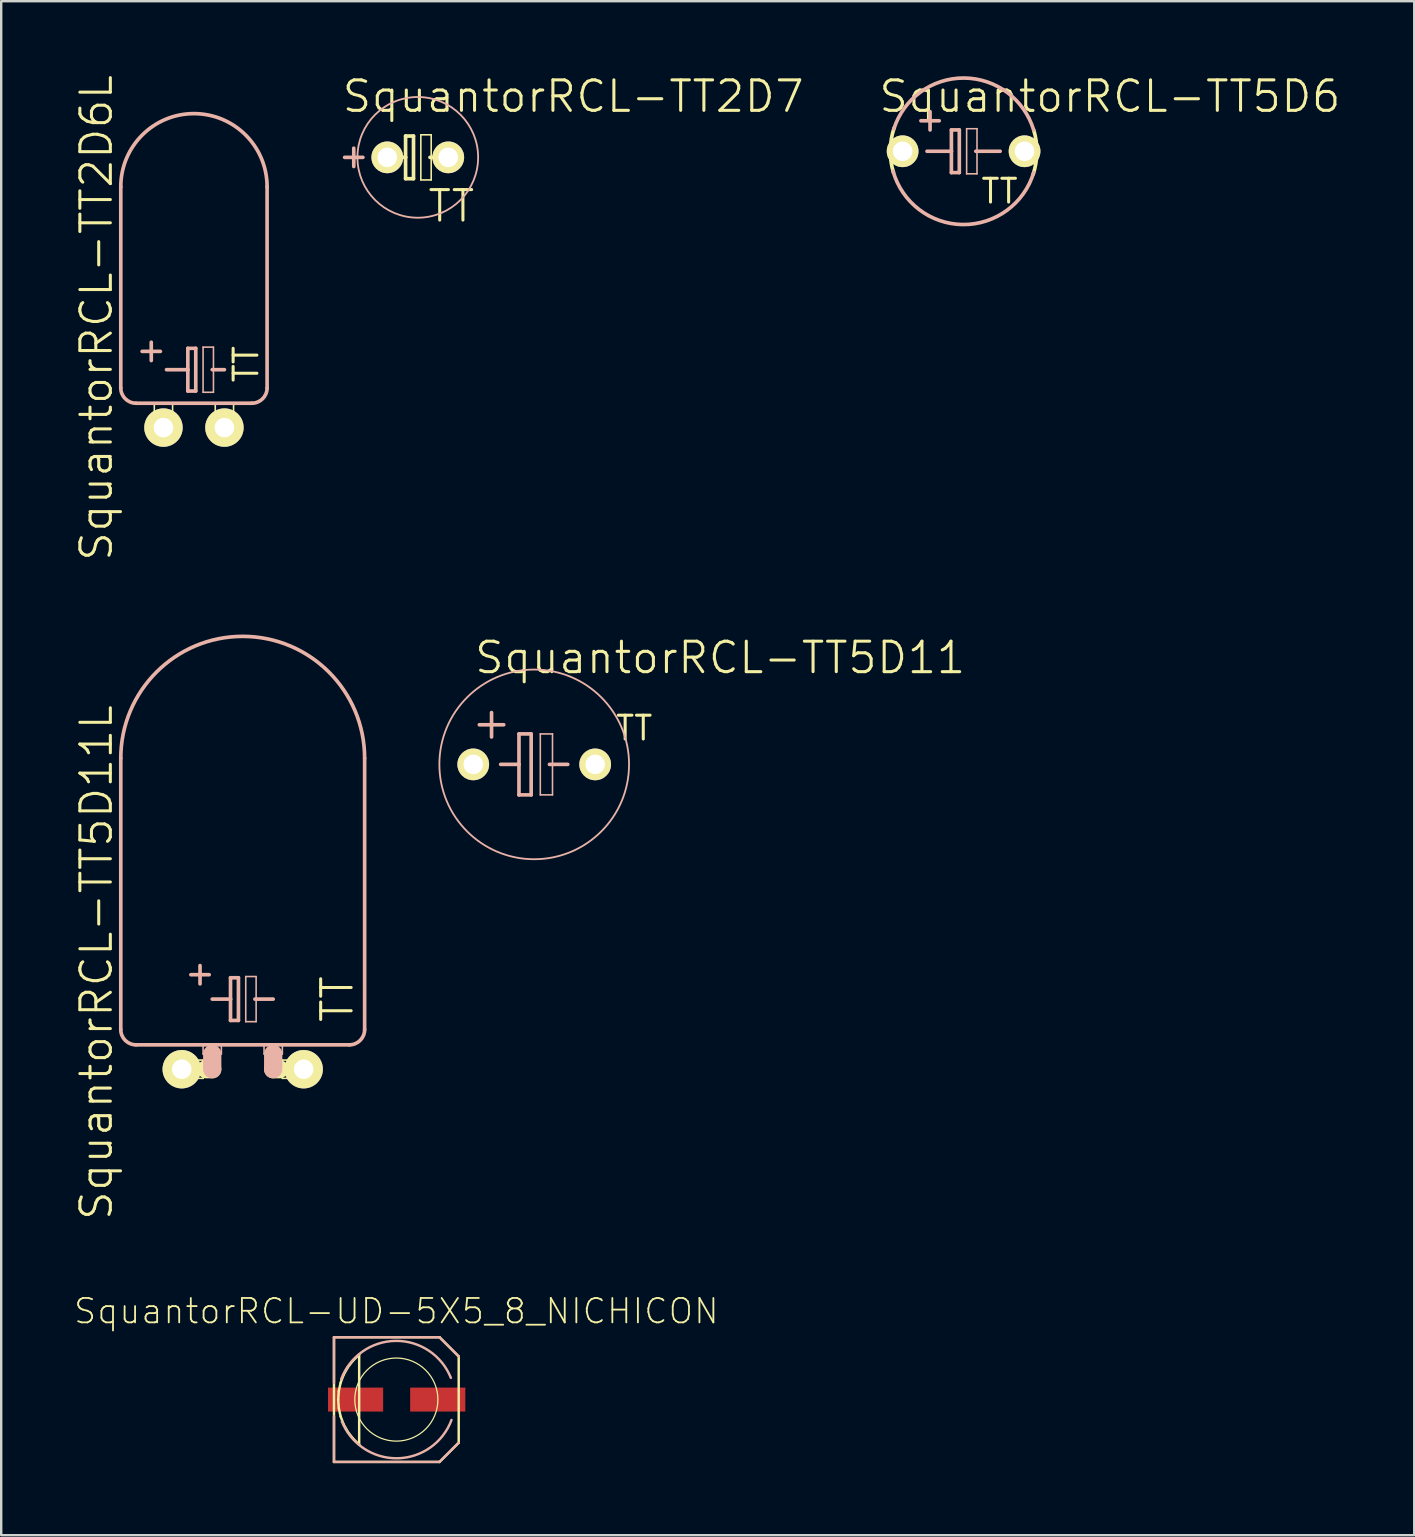
<source format=kicad_pcb>
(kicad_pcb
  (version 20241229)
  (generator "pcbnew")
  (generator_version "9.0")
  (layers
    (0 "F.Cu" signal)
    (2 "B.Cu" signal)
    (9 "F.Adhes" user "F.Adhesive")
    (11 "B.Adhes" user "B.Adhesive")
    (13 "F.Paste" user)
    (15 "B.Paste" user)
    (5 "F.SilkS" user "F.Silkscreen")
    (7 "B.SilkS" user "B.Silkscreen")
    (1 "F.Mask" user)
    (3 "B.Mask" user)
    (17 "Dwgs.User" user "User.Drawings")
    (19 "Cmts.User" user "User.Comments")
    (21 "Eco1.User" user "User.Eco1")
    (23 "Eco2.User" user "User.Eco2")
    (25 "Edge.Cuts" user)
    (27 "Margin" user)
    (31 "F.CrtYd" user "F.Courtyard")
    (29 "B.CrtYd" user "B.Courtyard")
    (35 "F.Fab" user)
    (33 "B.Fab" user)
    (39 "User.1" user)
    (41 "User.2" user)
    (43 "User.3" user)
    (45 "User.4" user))
  (footprint "SquantorRCL-TT2D7"
    (layer "F.Cu")
    (at 14.356 3.506)
    (property "Reference" "SquantorRCL-TT2D7" (at 6.477 -2.54 0) (layer "F.SilkS") (effects (font (size 1.27 1.27) (thickness 0.127))))
    (attr exclude_from_pos_files exclude_from_bom)
    (fp_line (start -1.016 0) (end -0.508 0) (stroke (width 0.152) (type solid)) (layer "F.SilkS"))
    (fp_line (start -0.508 -0.889) (end -0.508 0) (stroke (width 0.152) (type solid)) (layer "F.SilkS"))
    (fp_line (start -0.508 0) (end -0.508 0.889) (stroke (width 0.152) (type solid)) (layer "F.SilkS"))
    (fp_line (start -0.508 0.889) (end -0.178 0.889) (stroke (width 0.152) (type solid)) (layer "F.SilkS"))
    (fp_line (start -0.178 -0.889) (end -0.508 -0.889) (stroke (width 0.152) (type solid)) (layer "F.SilkS"))
    (fp_line (start -0.178 0.889) (end -0.178 -0.889) (stroke (width 0.152) (type solid)) (layer "F.SilkS"))
    (fp_line (start 0.127 -0.94) (end 0.559 -0.94) (stroke (width 0.066) (type solid)) (layer "F.SilkS"))
    (fp_line (start 0.127 0.94) (end 0.127 -0.94) (stroke (width 0.066) (type solid)) (layer "F.SilkS"))
    (fp_line (start 0.127 0.94) (end 0.559 0.94) (stroke (width 0.066) (type solid)) (layer "F.SilkS"))
    (fp_line (start 0.508 0) (end 1.016 0) (stroke (width 0.152) (type solid)) (layer "F.SilkS"))
    (fp_line (start 0.559 0.94) (end 0.559 -0.94) (stroke (width 0.066) (type solid)) (layer "F.SilkS"))
    (fp_line (start -2.667 0.381) (end -2.667 -0.381) (stroke (width 0.152) (type solid)) (layer "B.SilkS"))
    (fp_line (start -2.286 0) (end -3.048 0) (stroke (width 0.152) (type solid)) (layer "B.SilkS"))
    (fp_circle (center 0 0) (end -1.778 1.778) (stroke (width 0.076) (type solid)) (fill no) (layer "B.SilkS"))
    (fp_text user "TT" (at 1.397 2.032 0) (layer "F.SilkS") (effects (font (size 1.27 1.27) (thickness 0.127))))
    (pad "+" thru_hole circle (at -1.27 0) (size 1.321 1.321) (drill 0.813) (layers "*.Cu" "F.Mask" "F.SilkS" "F.Paste"))
    (pad "-" thru_hole circle (at 1.27 0) (size 1.321 1.321) (drill 0.813) (layers "*.Cu" "F.Mask" "F.SilkS" "F.Paste")))
  (footprint "SquantorRCL-TT5D6"
    (layer "F.Cu")
    (at 37.096 3.252)
    (property "Reference" "SquantorRCL-TT5D6" (at 6.096 -2.286 0) (layer "F.SilkS") (effects (font (size 1.27 1.27) (thickness 0.127))))
    (attr exclude_from_pos_files exclude_from_bom)
    (fp_arc (start -2.921 0.889) (mid -3.053044 -0.0385) (end -2.897653 -0.962376) (stroke (width 0.1524) (type solid)) (layer "F.SilkS"))
    (fp_arc (start 2.921 -0.889) (mid 3.053044 0.0385) (end 2.897653 0.962376) (stroke (width 0.1524) (type solid)) (layer "F.SilkS"))
    (fp_line (start -1.778 -1.27) (end -1.016 -1.27) (stroke (width 0.152) (type solid)) (layer "B.SilkS"))
    (fp_line (start -1.524 0) (end -0.508 0) (stroke (width 0.152) (type solid)) (layer "B.SilkS"))
    (fp_line (start -1.397 -1.651) (end -1.397 -0.889) (stroke (width 0.152) (type solid)) (layer "B.SilkS"))
    (fp_line (start -0.508 -0.889) (end -0.508 0) (stroke (width 0.152) (type solid)) (layer "B.SilkS"))
    (fp_line (start -0.508 0) (end -0.508 0.889) (stroke (width 0.152) (type solid)) (layer "B.SilkS"))
    (fp_line (start -0.508 0.889) (end -0.178 0.889) (stroke (width 0.152) (type solid)) (layer "B.SilkS"))
    (fp_line (start -0.178 -0.889) (end -0.508 -0.889) (stroke (width 0.152) (type solid)) (layer "B.SilkS"))
    (fp_line (start -0.178 0.889) (end -0.178 -0.889) (stroke (width 0.152) (type solid)) (layer "B.SilkS"))
    (fp_line (start 0.127 -0.94) (end 0.559 -0.94) (stroke (width 0.066) (type solid)) (layer "B.SilkS"))
    (fp_line (start 0.127 0.94) (end 0.127 -0.94) (stroke (width 0.066) (type solid)) (layer "B.SilkS"))
    (fp_line (start 0.127 0.94) (end 0.559 0.94) (stroke (width 0.066) (type solid)) (layer "B.SilkS"))
    (fp_line (start 0.508 0) (end 1.524 0) (stroke (width 0.152) (type solid)) (layer "B.SilkS"))
    (fp_line (start 0.559 0.94) (end 0.559 -0.94) (stroke (width 0.066) (type solid)) (layer "B.SilkS"))
    (fp_arc (start -2.90576 -0.92964) (mid 0.020821 -3.050777) (end 2.918178 -0.889892) (stroke (width 0.1524) (type solid)) (layer "B.SilkS"))
    (fp_arc (start 2.921 0.889) (mid -0.03344 3.053104) (end -2.939771 0.824809) (stroke (width 0.1524) (type solid)) (layer "B.SilkS"))
    (fp_text user "TT" (at 1.499 1.664 0) (layer "F.SilkS") (effects (font (size 0.991 0.991) (thickness 0.127))))
    (pad "+" thru_hole circle (at -2.54 0) (size 1.321 1.321) (drill 0.813) (layers "*.Cu" "F.Mask" "F.SilkS" "F.Paste"))
    (pad "-" thru_hole circle (at 2.54 0) (size 1.321 1.321) (drill 0.813) (layers "*.Cu" "F.Mask" "F.SilkS" "F.Paste")))
  (footprint "SquantorRCL-TT2D6L"
    (layer "F.Cu")
    (at 5.03 14.765)
    (property "Reference" "SquantorRCL-TT2D6L" (at -4.064 -4.572 90) (layer "F.SilkS") (effects (font (size 1.27 1.27) (thickness 0.127))))
    (attr exclude_from_pos_files exclude_from_bom)
    (fp_line (start -1.651 -1.016) (end -0.889 -1.016) (stroke (width 0.066) (type solid)) (layer "F.SilkS"))
    (fp_line (start -1.651 -0.635) (end -1.651 -1.016) (stroke (width 0.066) (type solid)) (layer "F.SilkS"))
    (fp_line (start -1.651 -0.635) (end -0.889 -0.635) (stroke (width 0.066) (type solid)) (layer "F.SilkS"))
    (fp_line (start -1.651 -0.635) (end -0.889 -0.635) (stroke (width 0.066) (type solid)) (layer "F.SilkS"))
    (fp_line (start -1.651 0.127) (end -1.651 -0.635) (stroke (width 0.066) (type solid)) (layer "F.SilkS"))
    (fp_line (start -1.651 0.127) (end -0.889 0.127) (stroke (width 0.066) (type solid)) (layer "F.SilkS"))
    (fp_line (start -0.889 -0.635) (end -0.889 -1.016) (stroke (width 0.066) (type solid)) (layer "F.SilkS"))
    (fp_line (start -0.889 0.127) (end -0.889 -0.635) (stroke (width 0.066) (type solid)) (layer "F.SilkS"))
    (fp_line (start 0.889 -1.016) (end 1.651 -1.016) (stroke (width 0.066) (type solid)) (layer "F.SilkS"))
    (fp_line (start 0.889 -0.635) (end 0.889 -1.016) (stroke (width 0.066) (type solid)) (layer "F.SilkS"))
    (fp_line (start 0.889 -0.635) (end 1.651 -0.635) (stroke (width 0.066) (type solid)) (layer "F.SilkS"))
    (fp_line (start 0.889 -0.635) (end 1.651 -0.635) (stroke (width 0.066) (type solid)) (layer "F.SilkS"))
    (fp_line (start 0.889 0.127) (end 0.889 -0.635) (stroke (width 0.066) (type solid)) (layer "F.SilkS"))
    (fp_line (start 0.889 0.127) (end 1.651 0.127) (stroke (width 0.066) (type solid)) (layer "F.SilkS"))
    (fp_line (start 1.651 -0.635) (end 1.651 -1.016) (stroke (width 0.066) (type solid)) (layer "F.SilkS"))
    (fp_line (start 1.651 0.127) (end 1.651 -0.635) (stroke (width 0.066) (type solid)) (layer "F.SilkS"))
    (fp_line (start -3.048 -10.033) (end -3.048 -1.651) (stroke (width 0.152) (type solid)) (layer "B.SilkS"))
    (fp_line (start -2.413 -1.016) (end 2.413 -1.016) (stroke (width 0.152) (type solid)) (layer "B.SilkS"))
    (fp_line (start -2.159 -3.175) (end -1.397 -3.175) (stroke (width 0.152) (type solid)) (layer "B.SilkS"))
    (fp_line (start -1.778 -2.794) (end -1.778 -3.556) (stroke (width 0.152) (type solid)) (layer "B.SilkS"))
    (fp_line (start -1.143 -2.413) (end -0.254 -2.413) (stroke (width 0.152) (type solid)) (layer "B.SilkS"))
    (fp_line (start -0.254 -3.302) (end -0.254 -2.413) (stroke (width 0.152) (type solid)) (layer "B.SilkS"))
    (fp_line (start -0.254 -2.413) (end -0.254 -1.524) (stroke (width 0.152) (type solid)) (layer "B.SilkS"))
    (fp_line (start -0.254 -1.524) (end 0.076 -1.524) (stroke (width 0.152) (type solid)) (layer "B.SilkS"))
    (fp_line (start 0.076 -3.302) (end -0.254 -3.302) (stroke (width 0.152) (type solid)) (layer "B.SilkS"))
    (fp_line (start 0.076 -1.524) (end 0.076 -3.302) (stroke (width 0.152) (type solid)) (layer "B.SilkS"))
    (fp_line (start 0.381 -3.353) (end 0.813 -3.353) (stroke (width 0.066) (type solid)) (layer "B.SilkS"))
    (fp_line (start 0.381 -1.473) (end 0.381 -3.353) (stroke (width 0.066) (type solid)) (layer "B.SilkS"))
    (fp_line (start 0.381 -1.473) (end 0.813 -1.473) (stroke (width 0.066) (type solid)) (layer "B.SilkS"))
    (fp_line (start 0.762 -2.413) (end 1.27 -2.413) (stroke (width 0.152) (type solid)) (layer "B.SilkS"))
    (fp_line (start 0.813 -1.473) (end 0.813 -3.353) (stroke (width 0.066) (type solid)) (layer "B.SilkS"))
    (fp_line (start 3.048 -10.033) (end 3.048 -1.651) (stroke (width 0.152) (type solid)) (layer "B.SilkS"))
    (fp_arc (start -3.048 -10.033) (mid 0 -13.081) (end 3.048 -10.033) (stroke (width 0.1524) (type solid)) (layer "B.SilkS"))
    (fp_arc (start -2.413 -1.016) (mid -2.862013 -1.201987) (end -3.048 -1.651) (stroke (width 0.1524) (type solid)) (layer "B.SilkS"))
    (fp_arc (start 3.048 -1.651) (mid 2.862013 -1.201987) (end 2.413 -1.016) (stroke (width 0.1524) (type solid)) (layer "B.SilkS"))
    (fp_text user "TT" (at 2.172 -2.642 90) (layer "F.SilkS") (effects (font (size 0.991 0.991) (thickness 0.127))))
    (pad "+" thru_hole circle (at -1.27 0) (size 1.6 1.6) (drill 0.813) (layers "*.Cu" "F.Mask" "F.SilkS" "F.Paste"))
    (pad "-" thru_hole circle (at 1.27 0) (size 1.6 1.6) (drill 0.813) (layers "*.Cu" "F.Mask" "F.SilkS" "F.Paste")))
  (footprint "SquantorRCL-TT5D11L"
    (layer "F.Cu")
    (at 7.062 41.497)
    (property "Reference" "SquantorRCL-TT5D11L" (at -6.096 -4.445 90) (layer "F.SilkS") (effects (font (size 1.27 1.27) (thickness 0.127))))
    (attr exclude_from_pos_files exclude_from_bom)
    (fp_line (start -2.54 -0.381) (end -1.651 -0.381) (stroke (width 0.066) (type solid)) (layer "F.SilkS"))
    (fp_line (start -2.54 0.381) (end -2.54 -0.381) (stroke (width 0.066) (type solid)) (layer "F.SilkS"))
    (fp_line (start -2.54 0.381) (end -1.651 0.381) (stroke (width 0.066) (type solid)) (layer "F.SilkS"))
    (fp_line (start -1.651 0.381) (end -1.651 -0.381) (stroke (width 0.066) (type solid)) (layer "F.SilkS"))
    (fp_line (start -1.524 0) (end -1.27 0) (stroke (width 0.762) (type solid)) (layer "F.SilkS"))
    (fp_line (start 1.524 0) (end 1.27 0) (stroke (width 0.762) (type solid)) (layer "F.SilkS"))
    (fp_line (start 1.651 -0.381) (end 2.54 -0.381) (stroke (width 0.066) (type solid)) (layer "F.SilkS"))
    (fp_line (start 1.651 0.381) (end 1.651 -0.381) (stroke (width 0.066) (type solid)) (layer "F.SilkS"))
    (fp_line (start 1.651 0.381) (end 2.54 0.381) (stroke (width 0.066) (type solid)) (layer "F.SilkS"))
    (fp_line (start 2.54 0.381) (end 2.54 -0.381) (stroke (width 0.066) (type solid)) (layer "F.SilkS"))
    (fp_line (start -5.08 -12.954) (end -5.08 -1.651) (stroke (width 0.152) (type solid)) (layer "B.SilkS"))
    (fp_line (start -4.445 -1.016) (end 4.445 -1.016) (stroke (width 0.152) (type solid)) (layer "B.SilkS"))
    (fp_line (start -2.159 -3.937) (end -1.397 -3.937) (stroke (width 0.152) (type solid)) (layer "B.SilkS"))
    (fp_line (start -1.778 -4.318) (end -1.778 -3.556) (stroke (width 0.152) (type solid)) (layer "B.SilkS"))
    (fp_line (start -1.651 -1.016) (end -0.889 -1.016) (stroke (width 0.066) (type solid)) (layer "B.SilkS"))
    (fp_line (start -1.651 -0.635) (end -1.651 -1.016) (stroke (width 0.066) (type solid)) (layer "B.SilkS"))
    (fp_line (start -1.651 -0.635) (end -0.889 -0.635) (stroke (width 0.066) (type solid)) (layer "B.SilkS"))
    (fp_line (start -1.27 -2.921) (end -0.508 -2.921) (stroke (width 0.152) (type solid)) (layer "B.SilkS"))
    (fp_line (start -1.27 -0.635) (end -1.27 0) (stroke (width 0.762) (type solid)) (layer "B.SilkS"))
    (fp_line (start -0.889 -0.635) (end -0.889 -1.016) (stroke (width 0.066) (type solid)) (layer "B.SilkS"))
    (fp_line (start -0.508 -3.81) (end -0.508 -2.921) (stroke (width 0.152) (type solid)) (layer "B.SilkS"))
    (fp_line (start -0.508 -2.921) (end -0.508 -2.032) (stroke (width 0.152) (type solid)) (layer "B.SilkS"))
    (fp_line (start -0.508 -2.032) (end -0.178 -2.032) (stroke (width 0.152) (type solid)) (layer "B.SilkS"))
    (fp_line (start -0.178 -3.81) (end -0.508 -3.81) (stroke (width 0.152) (type solid)) (layer "B.SilkS"))
    (fp_line (start -0.178 -2.032) (end -0.178 -3.81) (stroke (width 0.152) (type solid)) (layer "B.SilkS"))
    (fp_line (start 0.127 -3.861) (end 0.559 -3.861) (stroke (width 0.066) (type solid)) (layer "B.SilkS"))
    (fp_line (start 0.127 -1.981) (end 0.127 -3.861) (stroke (width 0.066) (type solid)) (layer "B.SilkS"))
    (fp_line (start 0.127 -1.981) (end 0.559 -1.981) (stroke (width 0.066) (type solid)) (layer "B.SilkS"))
    (fp_line (start 0.508 -2.921) (end 1.27 -2.921) (stroke (width 0.152) (type solid)) (layer "B.SilkS"))
    (fp_line (start 0.559 -1.981) (end 0.559 -3.861) (stroke (width 0.066) (type solid)) (layer "B.SilkS"))
    (fp_line (start 0.889 -1.016) (end 1.651 -1.016) (stroke (width 0.066) (type solid)) (layer "B.SilkS"))
    (fp_line (start 0.889 -0.635) (end 0.889 -1.016) (stroke (width 0.066) (type solid)) (layer "B.SilkS"))
    (fp_line (start 0.889 -0.635) (end 1.651 -0.635) (stroke (width 0.066) (type solid)) (layer "B.SilkS"))
    (fp_line (start 1.27 -0.635) (end 1.27 0) (stroke (width 0.762) (type solid)) (layer "B.SilkS"))
    (fp_line (start 1.651 -0.635) (end 1.651 -1.016) (stroke (width 0.066) (type solid)) (layer "B.SilkS"))
    (fp_line (start 5.08 -12.954) (end 5.08 -1.651) (stroke (width 0.152) (type solid)) (layer "B.SilkS"))
    (fp_arc (start -5.08 -12.954) (mid 0 -18.034) (end 5.08 -12.954) (stroke (width 0.1524) (type solid)) (layer "B.SilkS"))
    (fp_arc (start -4.445 -1.016) (mid -4.894013 -1.201987) (end -5.08 -1.651) (stroke (width 0.1524) (type solid)) (layer "B.SilkS"))
    (fp_arc (start 5.08 -1.651) (mid 4.894013 -1.201987) (end 4.445 -1.016) (stroke (width 0.1524) (type solid)) (layer "B.SilkS"))
    (fp_text user "TT" (at 3.937 -2.921 90) (layer "F.SilkS") (effects (font (size 1.27 1.27) (thickness 0.127))))
    (pad "+" thru_hole circle (at -2.54 0) (size 1.6 1.6) (drill 0.813) (layers "*.Cu" "F.Mask" "F.SilkS" "F.Paste"))
    (pad "-" thru_hole circle (at 2.54 0) (size 1.6 1.6) (drill 0.813) (layers "*.Cu" "F.Mask" "F.SilkS" "F.Paste")))
  (footprint "SquantorRCL-UD-5X5_8_NICHICON"
    (layer "F.Cu")
    (at 13.463 55.261)
    (property "Reference" "SquantorRCL-UD-5X5_8_NICHICON" (at 0 -3.683 0) (layer "F.SilkS") (effects (font (size 1.016 1.016) (thickness 0.076))))
    (attr smd)
    (fp_line (start -2.598 -2.598) (end 1.798 -2.598) (stroke (width 0.102) (type solid)) (layer "F.SilkS"))
    (fp_line (start -2.598 2.598) (end -2.598 -2.598) (stroke (width 0.102) (type solid)) (layer "F.SilkS"))
    (fp_line (start -2.423 0) (end -2.398 0.353) (stroke (width 0.102) (type solid)) (layer "F.SilkS"))
    (fp_line (start -2.398 -0.353) (end -2.423 0) (stroke (width 0.102) (type solid)) (layer "F.SilkS"))
    (fp_line (start -2.398 0.353) (end -2.322 0.701) (stroke (width 0.102) (type solid)) (layer "F.SilkS"))
    (fp_line (start -2.322 -0.701) (end -2.398 -0.353) (stroke (width 0.102) (type solid)) (layer "F.SilkS"))
    (fp_line (start -2.322 0.701) (end -2.195 1.034) (stroke (width 0.102) (type solid)) (layer "F.SilkS"))
    (fp_line (start -2.195 -1.034) (end -2.322 -0.701) (stroke (width 0.102) (type solid)) (layer "F.SilkS"))
    (fp_line (start -2.195 1.034) (end -2.022 1.344) (stroke (width 0.102) (type solid)) (layer "F.SilkS"))
    (fp_line (start -2.022 -1.344) (end -2.195 -1.034) (stroke (width 0.102) (type solid)) (layer "F.SilkS"))
    (fp_line (start -2.022 1.344) (end -1.803 1.626) (stroke (width 0.102) (type solid)) (layer "F.SilkS"))
    (fp_line (start -1.803 -1.626) (end -2.022 -1.344) (stroke (width 0.102) (type solid)) (layer "F.SilkS"))
    (fp_line (start -1.803 1.626) (end -1.549 1.875) (stroke (width 0.102) (type solid)) (layer "F.SilkS"))
    (fp_line (start -1.549 -1.875) (end -1.803 -1.626) (stroke (width 0.102) (type solid)) (layer "F.SilkS"))
    (fp_line (start -1.549 1.875) (end -1.549 -1.875) (stroke (width 0.102) (type solid)) (layer "F.SilkS"))
    (fp_line (start 1.798 -2.598) (end 2.598 -1.798) (stroke (width 0.102) (type solid)) (layer "F.SilkS"))
    (fp_line (start 1.798 2.598) (end -2.598 2.598) (stroke (width 0.102) (type solid)) (layer "F.SilkS"))
    (fp_line (start 2.598 -1.798) (end 2.598 1.798) (stroke (width 0.102) (type solid)) (layer "F.SilkS"))
    (fp_line (start 2.598 1.798) (end 1.798 2.598) (stroke (width 0.102) (type solid)) (layer "F.SilkS"))
    (fp_circle (center 0 0) (end -1.224 1.224) (stroke (width 0.051) (type solid)) (fill no) (layer "F.SilkS"))
    (fp_line (start -2.598 -2.598) (end 1.798 -2.598) (stroke (width 0.102) (type solid)) (layer "B.SilkS"))
    (fp_line (start -2.598 -0.699) (end -2.598 -2.598) (stroke (width 0.102) (type solid)) (layer "B.SilkS"))
    (fp_line (start -2.598 2.598) (end -2.598 0.699) (stroke (width 0.102) (type solid)) (layer "B.SilkS"))
    (fp_line (start 1.798 -2.598) (end 2.598 -1.798) (stroke (width 0.102) (type solid)) (layer "B.SilkS"))
    (fp_line (start 1.798 2.598) (end -2.598 2.598) (stroke (width 0.102) (type solid)) (layer "B.SilkS"))
    (fp_line (start 2.598 1.798) (end 1.798 2.598) (stroke (width 0.102) (type solid)) (layer "B.SilkS"))
    (fp_arc (start -2.2987 -0.84836) (mid -0.033164 -2.44602) (end 2.271621 -0.90552) (stroke (width 0.1016) (type solid)) (layer "B.SilkS"))
    (fp_arc (start 2.2987 0.84836) (mid 0.033164 2.44602) (end -2.271621 0.90552) (stroke (width 0.1016) (type solid)) (layer "B.SilkS"))
    (pad "+" smd rect (at 1.725 0) (size 2.299 0.998) (layers "F.Cu" "F.Mask" "F.Paste"))
    (pad "-" smd rect (at -1.699 0) (size 2.299 0.998) (layers "F.Cu" "F.Mask" "F.Paste")))
  (footprint "SquantorRCL-TT5D11"
    (layer "F.Cu")
    (at 19.207 28.797)
    (property "Reference" "SquantorRCL-TT5D11" (at 7.747 -4.445 0) (layer "F.SilkS") (effects (font (size 1.27 1.27) (thickness 0.127))))
    (attr exclude_from_pos_files exclude_from_bom)
    (fp_line (start -1.778 -2.159) (end -1.778 -1.143) (stroke (width 0.152) (type solid)) (layer "B.SilkS"))
    (fp_line (start -1.397 0) (end -0.635 0) (stroke (width 0.152) (type solid)) (layer "B.SilkS"))
    (fp_line (start -1.27 -1.651) (end -2.286 -1.651) (stroke (width 0.152) (type solid)) (layer "B.SilkS"))
    (fp_line (start -0.635 -1.27) (end -0.635 0) (stroke (width 0.152) (type solid)) (layer "B.SilkS"))
    (fp_line (start -0.635 0) (end -0.635 1.27) (stroke (width 0.152) (type solid)) (layer "B.SilkS"))
    (fp_line (start -0.635 1.27) (end -0.127 1.27) (stroke (width 0.152) (type solid)) (layer "B.SilkS"))
    (fp_line (start -0.127 -1.27) (end -0.635 -1.27) (stroke (width 0.152) (type solid)) (layer "B.SilkS"))
    (fp_line (start -0.127 1.27) (end -0.127 -1.27) (stroke (width 0.152) (type solid)) (layer "B.SilkS"))
    (fp_line (start 0.254 -1.27) (end 0.762 -1.27) (stroke (width 0.066) (type solid)) (layer "B.SilkS"))
    (fp_line (start 0.254 1.27) (end 0.254 -1.27) (stroke (width 0.066) (type solid)) (layer "B.SilkS"))
    (fp_line (start 0.254 1.27) (end 0.762 1.27) (stroke (width 0.066) (type solid)) (layer "B.SilkS"))
    (fp_line (start 0.635 0) (end 1.397 0) (stroke (width 0.152) (type solid)) (layer "B.SilkS"))
    (fp_line (start 0.762 1.27) (end 0.762 -1.27) (stroke (width 0.066) (type solid)) (layer "B.SilkS"))
    (fp_circle (center 0 0) (end -2.794 2.794) (stroke (width 0.076) (type solid)) (fill no) (layer "B.SilkS"))
    (fp_text user "TT" (at 4.166 -1.511 0) (layer "F.SilkS") (effects (font (size 0.991 0.991) (thickness 0.127))))
    (pad "+" thru_hole circle (at -2.54 0) (size 1.321 1.321) (drill 0.813) (layers "*.Cu" "F.Mask" "F.SilkS" "F.Paste"))
    (pad "-" thru_hole circle (at 2.54 0) (size 1.321 1.321) (drill 0.813) (layers "*.Cu" "F.Mask" "F.SilkS" "F.Paste")))
  (gr_rect
    (start -3 -3)
    (end 55.871 60.91)
    (stroke (width 0.1) (type default))
    (fill no)
    (layer "Edge.Cuts")))
</source>
